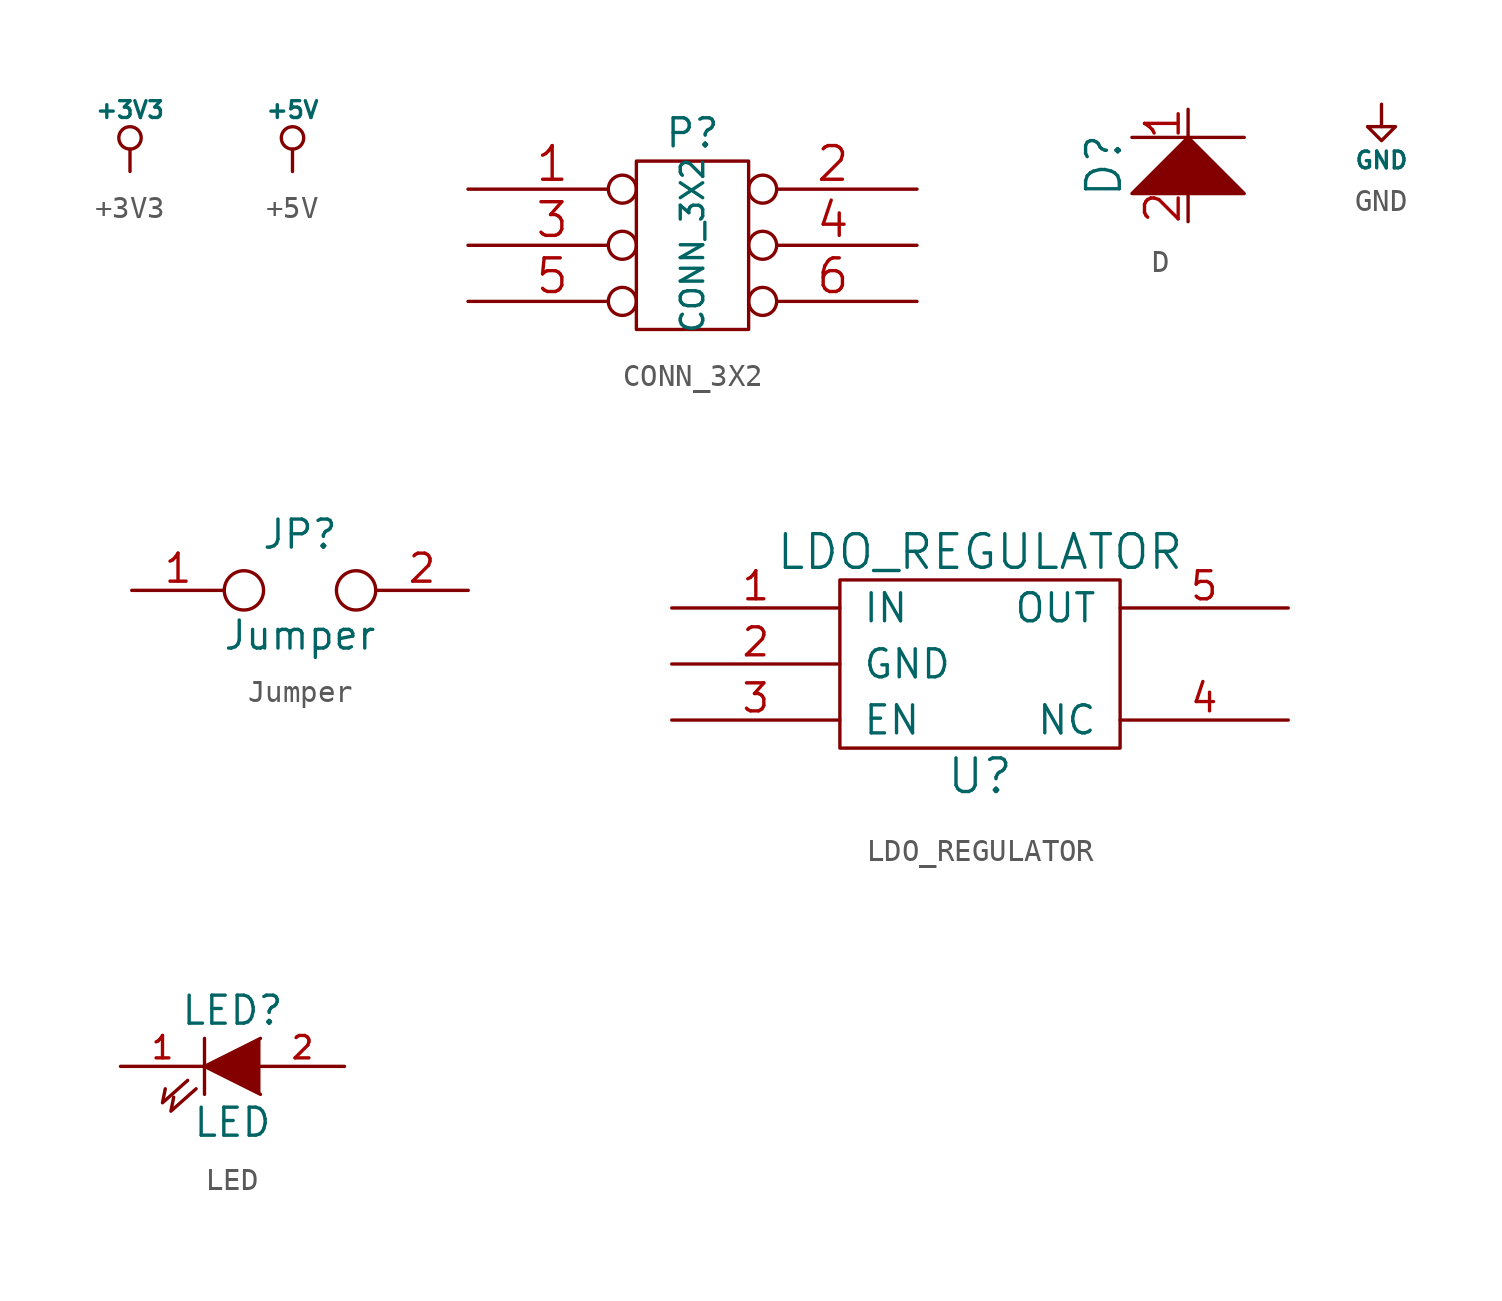
<source format=kicad_sym>
(kicad_symbol_lib
  (version 20211014)
  (generator kicad_symbol_editor)
  (symbol "+3V3"
    (power)
    (pin_names
      (offset 0))
    (property "Reference" "#PWR"
      (at 0 -0.762 0)
      (effects (font (size 0.508 0.508)) hide))
    (property "Value" "+3V3"
      (at 0 2.794 0)
      (effects (font (size 0.762 0.762))))
    (property "Footprint" ""
      (at 0 0 0)
      (effects (font (size 1.524 1.524))))
    (property "Datasheet" ""
      (at 0 0 0)
      (effects (font (size 1.524 1.524))))
    (symbol "+3V3_0_0"
      (pin power_in line (at 0 0 90) (length 0) hide (name "+5V" (effects (font (size 0.508 0.508)))) (number "1" (effects (font (size 0.254 0.254))))))
    (symbol "+3V3_0_1"
      (polyline (pts (xy 0 0) (xy 0 1.016) (xy 0 1.016)) (stroke (width 0) (type default) (color 0 0 0 0)) (fill (type none)))
      (circle (center 0 1.524) (radius 0.508) (stroke (width 0) (type default) (color 0 0 0 0)) (fill (type none)))))
  (symbol "+5V"
    (power)
    (pin_names
      (offset 0))
    (property "Reference" "#PWR"
      (at 0 -0.762 0)
      (effects (font (size 0.508 0.508)) hide))
    (property "Value" "+5V"
      (at 0 2.794 0)
      (effects (font (size 0.762 0.762))))
    (property "Footprint" ""
      (at 0 0 0)
      (effects (font (size 1.524 1.524))))
    (property "Datasheet" ""
      (at 0 0 0)
      (effects (font (size 1.524 1.524))))
    (symbol "+5V_0_0"
      (pin power_in line (at 0 0 90) (length 0) hide (name "+5V" (effects (font (size 0.508 0.508)))) (number "1" (effects (font (size 0.254 0.254))))))
    (symbol "+5V_0_1"
      (polyline (pts (xy 0 0) (xy 0 1.016) (xy 0 1.016)) (stroke (width 0) (type default) (color 0 0 0 0)) (fill (type none)))
      (circle (center 0 1.524) (radius 0.508) (stroke (width 0) (type default) (color 0 0 0 0)) (fill (type none)))))
  (symbol "CONN_3X2"
    (pin_names
      (offset 1.016) hide)
    (property "Reference" "P"
      (at 0 5.08 0)
      (effects (font (size 1.27 1.27))))
    (property "Value" "CONN_3X2"
      (at 0 0 90)
      (effects (font (size 1.016 1.016))))
    (property "Footprint" ""
      (at 0 -1.27 0)
      (effects (font (size 1.524 1.524))))
    (property "Datasheet" ""
      (at 0 -1.27 0)
      (effects (font (size 1.524 1.524))))
    (symbol "CONN_3X2_0_1"
      (rectangle (start -2.54 3.81) (end 2.54 -3.81) (stroke (width 0) (type default) (color 0 0 0 0)) (fill (type none))))
    (symbol "CONN_3X2_1_1"
      (pin passive inverted (at -10.16 2.54 0) (length 7.62) (name "1" (effects (font (size 1.524 1.524)))) (number "1" (effects (font (size 1.524 1.524)))))
      (pin passive inverted (at 10.16 2.54 180) (length 7.62) (name "2" (effects (font (size 1.524 1.524)))) (number "2" (effects (font (size 1.524 1.524)))))
      (pin passive inverted (at -10.16 0 0) (length 7.62) (name "3" (effects (font (size 1.524 1.524)))) (number "3" (effects (font (size 1.524 1.524)))))
      (pin passive inverted (at 10.16 0 180) (length 7.62) (name "4" (effects (font (size 1.524 1.524)))) (number "4" (effects (font (size 1.524 1.524)))))
      (pin passive inverted (at -10.16 -2.54 0) (length 7.62) (name "5" (effects (font (size 1.524 1.524)))) (number "5" (effects (font (size 1.524 1.524)))))
      (pin passive inverted (at 10.16 -2.54 180) (length 7.62) (name "6" (effects (font (size 1.524 1.524)))) (number "6" (effects (font (size 1.524 1.524)))))))
  (symbol "D"
    (pin_names
      (offset 1.016))
    (property "Reference" "D"
      (at -3.81 -1.27 90)
      (effects (font (size 1.524 1.524))))
    (property "Footprint" ""
      (at 0 0 0)
      (effects (font (size 1.524 1.524))))
    (property "Datasheet" ""
      (at 0 0 0)
      (effects (font (size 1.524 1.524))))
    (symbol "D_0_1"
      (polyline (pts (xy -2.54 0) (xy 2.54 0)) (stroke (width 0) (type default) (color 0 0 0 0)) (fill (type none)))
      (polyline (pts (xy 0 0) (xy -2.54 -2.54) (xy 2.54 -2.54) (xy 0 0)) (stroke (width 0) (type default) (color 0 0 0 0)) (fill (type outline))))
    (symbol "D_1_1"
      (pin passive line (at 0 1.27 270) (length 1.27) (name "~" (effects (font (size 1.524 1.524)))) (number "1" (effects (font (size 1.524 1.524)))))
      (pin passive line (at 0 -3.81 90) (length 1.27) (name "~" (effects (font (size 1.524 1.524)))) (number "2" (effects (font (size 1.524 1.524)))))))
  (symbol "GND"
    (power)
    (pin_names
      (offset 0))
    (property "Reference" "#PWR"
      (at 0 1.27 0)
      (effects (font (size 0.508 0.508)) hide))
    (property "Value" "GND"
      (at 0 -2.54 0)
      (effects (font (size 0.762 0.762))))
    (property "Footprint" ""
      (at 0 0 0)
      (effects (font (size 1.524 1.524))))
    (property "Datasheet" ""
      (at 0 0 0)
      (effects (font (size 1.524 1.524))))
    (symbol "GND_0_0"
      (pin power_in line (at 0 0 90) (length 0) hide (name "+5V" (effects (font (size 0.508 0.508)))) (number "1" (effects (font (size 0.254 0.254))))))
    (symbol "GND_0_1"
      (polyline (pts (xy 0 -1.651) (xy 0.635 -1.016) (xy -0.635 -1.016) (xy 0 -1.651)) (stroke (width 0) (type default) (color 0 0 0 0)) (fill (type none))))
    (symbol "GND_1_1"
      (polyline (pts (xy 0 0) (xy 0 -1.016) (xy 0 -1.016)) (stroke (width 0) (type default) (color 0 0 0 0)) (fill (type none)))))
  (symbol "Jumper"
    (pin_names
      (offset 0.762) hide)
    (property "Reference" "JP"
      (at 0 2.54 0)
      (effects (font (size 1.27 1.27))))
    (property "Value" "Jumper"
      (at 0 -2.032 0)
      (effects (font (size 1.27 1.27))))
    (symbol "Jumper_0_1"
      (circle (center -2.54 0) (radius 0.889) (stroke (width 0) (type default) (color 0 0 0 0)) (fill (type none)))
      (circle (center 2.54 0) (radius 0.889) (stroke (width 0) (type default) (color 0 0 0 0)) (fill (type none)))
      (pin passive line (at -7.62 0 0) (length 4.191) (name "1" (effects (font (size 1.27 1.27)))) (number "1" (effects (font (size 1.27 1.27)))))
      (pin passive line (at 7.62 0 180) (length 4.191) (name "2" (effects (font (size 1.27 1.27)))) (number "2" (effects (font (size 1.27 1.27)))))))
  (symbol "LDO_REGULATOR"
    (pin_names
      (offset 1.016))
    (property "Reference" "U"
      (at 0 -5.08 0)
      (effects (font (size 1.524 1.524))))
    (property "Value" "LDO_REGULATOR"
      (at 0 5.08 0)
      (effects (font (size 1.524 1.524))))
    (property "Footprint" ""
      (at 0 0 0)
      (effects (font (size 1.524 1.524))))
    (property "Datasheet" ""
      (at 0 0 0)
      (effects (font (size 1.524 1.524))))
    (symbol "LDO_REGULATOR_0_1"
      (rectangle (start -6.35 3.81) (end 6.35 -3.81) (stroke (width 0) (type default) (color 0 0 0 0)) (fill (type none))))
    (symbol "LDO_REGULATOR_1_1"
      (pin power_in line (at -13.97 2.54 0) (length 7.62) (name "IN" (effects (font (size 1.27 1.27)))) (number "1" (effects (font (size 1.27 1.27)))))
      (pin power_in line (at -13.97 0 0) (length 7.62) (name "GND" (effects (font (size 1.27 1.27)))) (number "2" (effects (font (size 1.27 1.27)))))
      (pin input line (at -13.97 -2.54 0) (length 7.62) (name "EN" (effects (font (size 1.27 1.27)))) (number "3" (effects (font (size 1.27 1.27)))))
      (pin input line (at 13.97 -2.54 180) (length 7.62) (name "NC" (effects (font (size 1.27 1.27)))) (number "4" (effects (font (size 1.27 1.27)))))
      (pin power_out line (at 13.97 2.54 180) (length 7.62) (name "OUT" (effects (font (size 1.27 1.27)))) (number "5" (effects (font (size 1.27 1.27)))))))
  (symbol "LED"
    (pin_names
      (offset 1.016) hide)
    (property "Reference" "LED"
      (at 0 2.54 0)
      (effects (font (size 1.27 1.27))))
    (property "Value" "LED"
      (at 0 -2.54 0)
      (effects (font (size 1.27 1.27))))
    (property "Footprint" ""
      (at 0 0 0)
      (effects (font (size 1.524 1.524))))
    (property "Datasheet" ""
      (at 0 0 0)
      (effects (font (size 1.524 1.524))))
    (symbol "LED_0_1"
      (polyline (pts (xy -1.27 1.27) (xy -1.27 -1.27)) (stroke (width 0) (type default) (color 0 0 0 0)) (fill (type none)))
      (polyline (pts (xy -2.032 -0.635) (xy -3.175 -1.651) (xy -3.048 -1.016)) (stroke (width 0) (type default) (color 0 0 0 0)) (fill (type none)))
      (polyline (pts (xy -1.651 -1.016) (xy -2.794 -2.032) (xy -2.667 -1.397)) (stroke (width 0) (type default) (color 0 0 0 0)) (fill (type none)))
      (polyline (pts (xy 1.27 1.27) (xy -1.27 0) (xy 1.27 -1.27)) (stroke (width 0) (type default) (color 0 0 0 0)) (fill (type outline))))
    (symbol "LED_1_1"
      (pin passive line (at -5.08 0 0) (length 3.81) (name "K" (effects (font (size 1.016 1.016)))) (number "1" (effects (font (size 1.016 1.016)))))
      (pin passive line (at 5.08 0 180) (length 3.81) (name "A" (effects (font (size 1.016 1.016)))) (number "2" (effects (font (size 1.016 1.016))))))))
</source>
